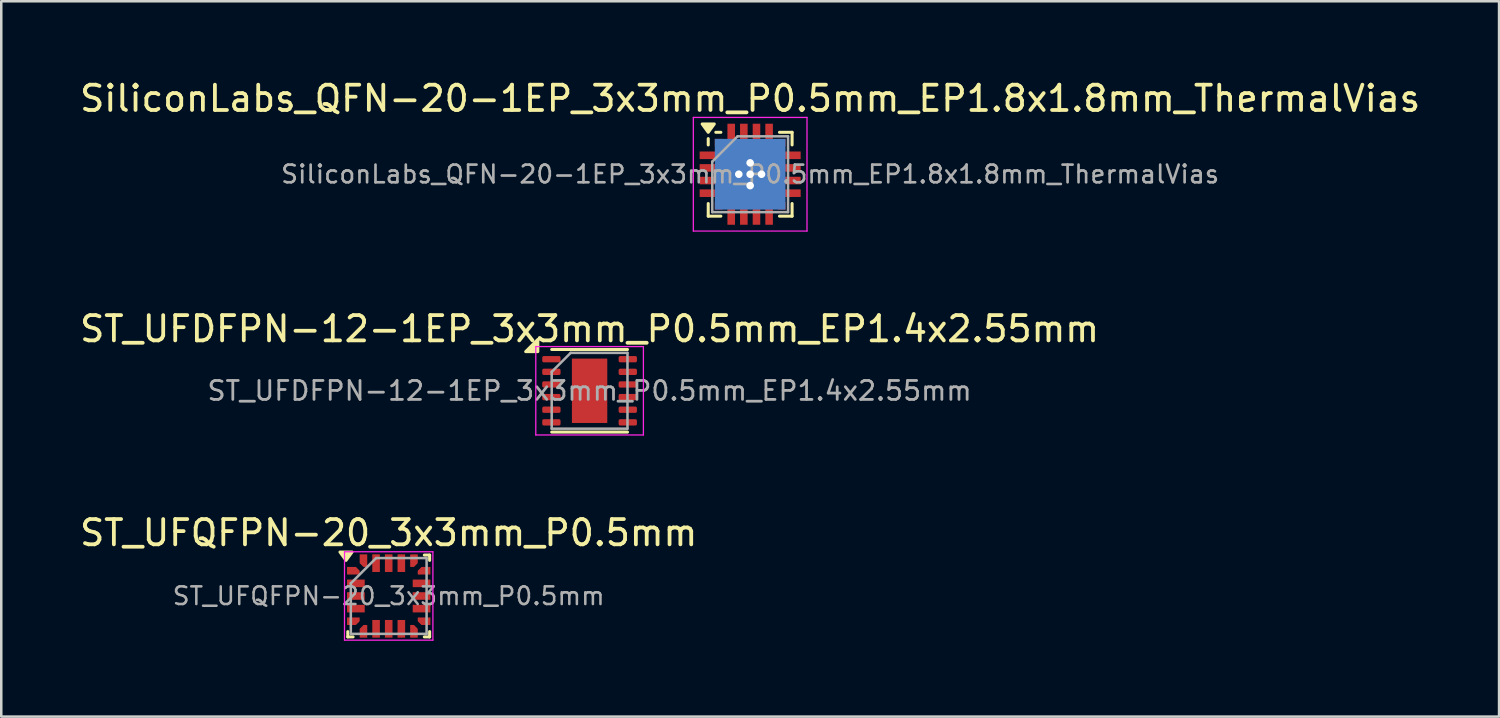
<source format=kicad_pcb>
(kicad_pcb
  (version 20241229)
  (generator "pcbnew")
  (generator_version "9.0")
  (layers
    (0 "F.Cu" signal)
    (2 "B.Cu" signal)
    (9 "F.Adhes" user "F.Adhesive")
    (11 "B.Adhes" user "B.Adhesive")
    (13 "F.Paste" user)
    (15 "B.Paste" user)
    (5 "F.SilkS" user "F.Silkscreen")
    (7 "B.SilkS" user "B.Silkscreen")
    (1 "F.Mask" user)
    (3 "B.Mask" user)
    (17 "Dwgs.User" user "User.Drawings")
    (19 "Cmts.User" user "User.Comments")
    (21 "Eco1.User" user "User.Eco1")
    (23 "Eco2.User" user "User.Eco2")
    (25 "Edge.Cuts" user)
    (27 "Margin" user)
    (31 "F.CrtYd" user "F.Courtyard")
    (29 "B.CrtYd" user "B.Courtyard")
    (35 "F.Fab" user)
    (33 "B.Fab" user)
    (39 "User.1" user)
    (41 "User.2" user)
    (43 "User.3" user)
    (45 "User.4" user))
  (footprint "SiliconLabs_QFN-20-1EP_3x3mm_P0.5mm_EP1.8x1.8mm_ThermalVias"
    (layer "F.Cu")
    (at 26.649 3.848)
    (property "Reference" "SiliconLabs_QFN-20-1EP_3x3mm_P0.5mm_EP1.8x1.8mm_ThermalVias" (at 0 -3 0) (layer "F.SilkS") (effects (font (size 1 1) (thickness 0.15))))
    (attr smd)
    (fp_line (start -1.66 -1.16) (end -1.66 -1.41) (stroke (width 0.12) (type solid)) (layer "F.SilkS"))
    (fp_line (start -1.66 1.66) (end -1.66 1.16) (stroke (width 0.12) (type solid)) (layer "F.SilkS"))
    (fp_line (start -1.16 -1.66) (end -1.36 -1.66) (stroke (width 0.12) (type solid)) (layer "F.SilkS"))
    (fp_line (start -1.16 1.66) (end -1.66 1.66) (stroke (width 0.12) (type solid)) (layer "F.SilkS"))
    (fp_line (start 1.16 -1.66) (end 1.66 -1.66) (stroke (width 0.12) (type solid)) (layer "F.SilkS"))
    (fp_line (start 1.16 1.66) (end 1.66 1.66) (stroke (width 0.12) (type solid)) (layer "F.SilkS"))
    (fp_line (start 1.66 -1.66) (end 1.66 -1.16) (stroke (width 0.12) (type solid)) (layer "F.SilkS"))
    (fp_line (start 1.66 1.66) (end 1.66 1.16) (stroke (width 0.12) (type solid)) (layer "F.SilkS"))
    (fp_poly (pts (xy -1.66 -1.66) (xy -1.9 -1.99) (xy -1.42 -1.99) (xy -1.66 -1.66)) (stroke (width 0.12) (type solid)) (fill yes) (layer "F.SilkS"))
    (fp_line (start -2.25 -2.25) (end -2.25 2.25) (stroke (width 0.05) (type solid)) (layer "F.CrtYd"))
    (fp_line (start -2.25 2.25) (end 2.25 2.25) (stroke (width 0.05) (type solid)) (layer "F.CrtYd"))
    (fp_line (start 2.25 -2.25) (end -2.25 -2.25) (stroke (width 0.05) (type solid)) (layer "F.CrtYd"))
    (fp_line (start 2.25 2.25) (end 2.25 -2.25) (stroke (width 0.05) (type solid)) (layer "F.CrtYd"))
    (fp_line (start -1.5 -0.5) (end -0.5 -1.5) (stroke (width 0.1) (type solid)) (layer "F.Fab"))
    (fp_line (start -1.5 1.5) (end -1.5 -0.5) (stroke (width 0.1) (type solid)) (layer "F.Fab"))
    (fp_line (start -0.5 -1.5) (end 1.5 -1.5) (stroke (width 0.1) (type solid)) (layer "F.Fab"))
    (fp_line (start 1.5 -1.5) (end 1.5 1.5) (stroke (width 0.1) (type solid)) (layer "F.Fab"))
    (fp_line (start 1.5 1.5) (end -1.5 1.5) (stroke (width 0.1) (type solid)) (layer "F.Fab"))
    (fp_text user "${REFERENCE}" (at 0 0 0) (layer "F.Fab") (effects (font (size 0.7 0.7) (thickness 0.105))))
    (pad "" smd rect (at -0.45 -0.45) (size 0.54 0.54) (layers "F.Paste"))
    (pad "" smd rect (at -0.45 0.45) (size 0.54 0.54) (layers "F.Paste"))
    (pad "" smd rect (at 0.45 -0.45) (size 0.54 0.54) (layers "F.Paste"))
    (pad "" smd rect (at 0.45 0.45) (size 0.54 0.54) (layers "F.Paste"))
    (pad "1" smd rect (at -1.25 -1.25) (size 0.3 0.3) (layers "F.Cu" "F.Mask" "F.Paste"))
    (pad "2" smd rect (at -1.55 -0.75) (size 0.9 0.3) (layers "F.Cu" "F.Mask" "F.Paste"))
    (pad "3" smd rect (at -1.55 -0.25) (size 0.9 0.3) (layers "F.Cu" "F.Mask" "F.Paste"))
    (pad "4" smd rect (at -1.55 0.25) (size 0.9 0.3) (layers "F.Cu" "F.Mask" "F.Paste"))
    (pad "5" smd rect (at -1.55 0.75) (size 0.9 0.3) (layers "F.Cu" "F.Mask" "F.Paste"))
    (pad "6" smd rect (at -1.25 1.25) (size 0.3 0.3) (layers "F.Cu" "F.Mask" "F.Paste"))
    (pad "7" smd rect (at -0.75 1.55 90) (size 0.9 0.3) (layers "F.Cu" "F.Mask" "F.Paste"))
    (pad "8" smd rect (at -0.25 1.55 90) (size 0.9 0.3) (layers "F.Cu" "F.Mask" "F.Paste"))
    (pad "9" smd rect (at 0.25 1.55 90) (size 0.9 0.3) (layers "F.Cu" "F.Mask" "F.Paste"))
    (pad "10" smd rect (at 0.75 1.55 90) (size 0.9 0.3) (layers "F.Cu" "F.Mask" "F.Paste"))
    (pad "11" smd rect (at 1.25 1.25) (size 0.3 0.3) (layers "F.Cu" "F.Mask" "F.Paste"))
    (pad "12" smd rect (at 1.55 0.75) (size 0.9 0.3) (layers "F.Cu" "F.Mask" "F.Paste"))
    (pad "13" smd rect (at 1.55 0.25) (size 0.9 0.3) (layers "F.Cu" "F.Mask" "F.Paste"))
    (pad "14" smd rect (at 1.55 -0.25) (size 0.9 0.3) (layers "F.Cu" "F.Mask" "F.Paste"))
    (pad "15" smd rect (at 1.55 -0.75) (size 0.9 0.3) (layers "F.Cu" "F.Mask" "F.Paste"))
    (pad "16" smd rect (at 1.25 -1.25) (size 0.3 0.3) (layers "F.Cu" "F.Mask" "F.Paste"))
    (pad "17" smd rect (at 0.75 -1.55 90) (size 0.9 0.3) (layers "F.Cu" "F.Mask" "F.Paste"))
    (pad "18" smd rect (at 0.25 -1.55 90) (size 0.9 0.3) (layers "F.Cu" "F.Mask" "F.Paste"))
    (pad "19" smd rect (at -0.25 -1.55 90) (size 0.9 0.3) (layers "F.Cu" "F.Mask" "F.Paste"))
    (pad "20" smd rect (at -0.75 -1.55 90) (size 0.9 0.3) (layers "F.Cu" "F.Mask" "F.Paste"))
    (pad "21" thru_hole circle (at -0.45 0) (size 0.6 0.6) (drill 0.3) (layers "*.Cu"))
    (pad "21" thru_hole circle (at 0 -0.45) (size 0.6 0.6) (drill 0.3) (layers "*.Cu"))
    (pad "21" thru_hole circle (at 0 0) (size 0.6 0.6) (drill 0.3) (layers "*.Cu"))
    (pad "21" smd rect (at 0 0) (size 1.8 1.8) (layers "F.Cu" "F.Mask"))
    (pad "21" smd rect (at 0 0) (size 2.8 2.8) (layers "B.Cu"))
    (pad "21" thru_hole circle (at 0 0.45) (size 0.6 0.6) (drill 0.3) (layers "*.Cu"))
    (pad "21" thru_hole circle (at 0.45 0) (size 0.6 0.6) (drill 0.3) (layers "*.Cu")))
  (footprint "ST_UFDFPN-12-1EP_3x3mm_P0.5mm_EP1.4x2.55mm"
    (layer "F.Cu")
    (at 20.292 12.421)
    (property "Reference" "ST_UFDFPN-12-1EP_3x3mm_P0.5mm_EP1.4x2.55mm" (at 0 -2.45 0) (layer "F.SilkS") (effects (font (size 1 1) (thickness 0.15))))
    (attr smd)
    (fp_line (start -1.5 -1.635) (end 1.5 -1.635) (stroke (width 0.12) (type solid)) (layer "F.SilkS"))
    (fp_line (start -1.5 1.635) (end 1.5 1.635) (stroke (width 0.12) (type solid)) (layer "F.SilkS"))
    (fp_poly (pts (xy -2.05 -1.55) (xy -2.53 -1.55) (xy -2.05 -2.03) (xy -2.05 -1.55)) (stroke (width 0.12) (type solid)) (fill yes) (layer "F.SilkS"))
    (fp_line (start -2.13 -1.75) (end -2.13 1.75) (stroke (width 0.05) (type solid)) (layer "F.CrtYd"))
    (fp_line (start -2.13 1.75) (end 2.13 1.75) (stroke (width 0.05) (type solid)) (layer "F.CrtYd"))
    (fp_line (start 2.13 -1.75) (end -2.13 -1.75) (stroke (width 0.05) (type solid)) (layer "F.CrtYd"))
    (fp_line (start 2.13 1.75) (end 2.13 -1.75) (stroke (width 0.05) (type solid)) (layer "F.CrtYd"))
    (fp_line (start -1.5 -0.75) (end -0.75 -1.5) (stroke (width 0.1) (type solid)) (layer "F.Fab"))
    (fp_line (start -1.5 1.5) (end -1.5 -0.75) (stroke (width 0.1) (type solid)) (layer "F.Fab"))
    (fp_line (start -0.75 -1.5) (end 1.5 -1.5) (stroke (width 0.1) (type solid)) (layer "F.Fab"))
    (fp_line (start 1.5 -1.5) (end 1.5 1.5) (stroke (width 0.1) (type solid)) (layer "F.Fab"))
    (fp_line (start 1.5 1.5) (end -1.5 1.5) (stroke (width 0.1) (type solid)) (layer "F.Fab"))
    (fp_text user "${REFERENCE}" (at 0 0 0) (layer "F.Fab") (effects (font (size 0.75 0.75) (thickness 0.11))))
    (pad "" smd roundrect (at 0 0) (size 1.13 2.06) (layers "F.Paste") (roundrect_rratio 0.221))
    (pad "1" smd roundrect (at -1.512 -1.25) (size 0.725 0.25) (layers "F.Cu" "F.Mask" "F.Paste") (roundrect_rratio 0.25))
    (pad "2" smd roundrect (at -1.512 -0.75) (size 0.725 0.25) (layers "F.Cu" "F.Mask" "F.Paste") (roundrect_rratio 0.25))
    (pad "3" smd roundrect (at -1.512 -0.25) (size 0.725 0.25) (layers "F.Cu" "F.Mask" "F.Paste") (roundrect_rratio 0.25))
    (pad "4" smd roundrect (at -1.512 0.25) (size 0.725 0.25) (layers "F.Cu" "F.Mask" "F.Paste") (roundrect_rratio 0.25))
    (pad "5" smd roundrect (at -1.512 0.75) (size 0.725 0.25) (layers "F.Cu" "F.Mask" "F.Paste") (roundrect_rratio 0.25))
    (pad "6" smd roundrect (at -1.512 1.25) (size 0.725 0.25) (layers "F.Cu" "F.Mask" "F.Paste") (roundrect_rratio 0.25))
    (pad "7" smd roundrect (at 1.512 1.25) (size 0.725 0.25) (layers "F.Cu" "F.Mask" "F.Paste") (roundrect_rratio 0.25))
    (pad "8" smd roundrect (at 1.512 0.75) (size 0.725 0.25) (layers "F.Cu" "F.Mask" "F.Paste") (roundrect_rratio 0.25))
    (pad "9" smd roundrect (at 1.512 0.25) (size 0.725 0.25) (layers "F.Cu" "F.Mask" "F.Paste") (roundrect_rratio 0.25))
    (pad "10" smd roundrect (at 1.512 -0.25) (size 0.725 0.25) (layers "F.Cu" "F.Mask" "F.Paste") (roundrect_rratio 0.25))
    (pad "11" smd roundrect (at 1.512 -0.75) (size 0.725 0.25) (layers "F.Cu" "F.Mask" "F.Paste") (roundrect_rratio 0.25))
    (pad "12" smd roundrect (at 1.512 -1.25) (size 0.725 0.25) (layers "F.Cu" "F.Mask" "F.Paste") (roundrect_rratio 0.25))
    (pad "13" smd rect (at 0 0) (size 1.4 2.55) (property pad_prop_heatsink) (layers "F.Cu" "F.Mask")))
  (footprint "ST_UFQFPN-20_3x3mm_P0.5mm"
    (layer "F.Cu")
    (at 12.339 20.545)
    (property "Reference" "ST_UFQFPN-20_3x3mm_P0.5mm" (at 0 -2.5 0) (layer "F.SilkS") (effects (font (size 1 1) (thickness 0.15))))
    (attr smd)
    (fp_line (start -1.62 1.62) (end -1.62 1.41) (stroke (width 0.12) (type solid)) (layer "F.SilkS"))
    (fp_line (start -1.62 1.62) (end -1.41 1.62) (stroke (width 0.12) (type solid)) (layer "F.SilkS"))
    (fp_line (start 1.62 -1.62) (end 1.41 -1.62) (stroke (width 0.12) (type solid)) (layer "F.SilkS"))
    (fp_line (start 1.62 -1.62) (end 1.62 -1.41) (stroke (width 0.12) (type solid)) (layer "F.SilkS"))
    (fp_line (start 1.62 1.62) (end 1.41 1.62) (stroke (width 0.12) (type solid)) (layer "F.SilkS"))
    (fp_line (start 1.62 1.62) (end 1.62 1.41) (stroke (width 0.12) (type solid)) (layer "F.SilkS"))
    (fp_poly (pts (xy -1.69 -1.41) (xy -1.93 -1.74) (xy -1.45 -1.74) (xy -1.69 -1.41)) (stroke (width 0.12) (type solid)) (fill yes) (layer "F.SilkS"))
    (fp_line (start -1.75 -1.75) (end 1.75 -1.75) (stroke (width 0.05) (type solid)) (layer "F.CrtYd"))
    (fp_line (start -1.75 1.75) (end -1.75 -1.75) (stroke (width 0.05) (type solid)) (layer "F.CrtYd"))
    (fp_line (start 1.75 -1.75) (end 1.75 1.75) (stroke (width 0.05) (type solid)) (layer "F.CrtYd"))
    (fp_line (start 1.75 1.75) (end -1.75 1.75) (stroke (width 0.05) (type solid)) (layer "F.CrtYd"))
    (fp_line (start -1.5 -0.5) (end -0.5 -1.5) (stroke (width 0.1) (type solid)) (layer "F.Fab"))
    (fp_line (start -1.5 1.5) (end -1.5 -0.5) (stroke (width 0.1) (type solid)) (layer "F.Fab"))
    (fp_line (start -0.5 -1.5) (end 1.5 -1.5) (stroke (width 0.1) (type solid)) (layer "F.Fab"))
    (fp_line (start 1.5 -1.5) (end 1.5 1.5) (stroke (width 0.1) (type solid)) (layer "F.Fab"))
    (fp_line (start 1.5 1.5) (end -1.5 1.5) (stroke (width 0.1) (type solid)) (layer "F.Fab"))
    (fp_text user "${REFERENCE}" (at 0 0 0) (layer "F.Fab") (effects (font (size 0.7 0.7) (thickness 0.1))))
    (pad "1" smd custom (at -1.475 -1) (size 0.35 0.3) (layers "F.Cu" "F.Mask" "F.Paste") (options (anchor rect)) (primitives (gr_poly (pts (xy 0.325 0) (xy 0.325 0.15) (xy 0.175 0.15) (xy 0.175 -0.15)) (width 0) (fill yes))))
    (pad "2" smd rect (at -1.3 -0.5) (size 0.7 0.3) (layers "F.Cu" "F.Mask" "F.Paste"))
    (pad "3" smd rect (at -1.3 0) (size 0.7 0.3) (layers "F.Cu" "F.Mask" "F.Paste"))
    (pad "4" smd rect (at -1.3 0.5) (size 0.7 0.3) (layers "F.Cu" "F.Mask" "F.Paste"))
    (pad "5" smd custom (at -1.475 1) (size 0.35 0.3) (layers "F.Cu" "F.Mask" "F.Paste") (options (anchor rect)) (primitives (gr_poly (pts (xy 0.325 0) (xy 0.175 0.15) (xy 0.175 -0.15) (xy 0.325 -0.15)) (width 0) (fill yes))))
    (pad "6" smd custom (at -1 1.475) (size 0.3 0.35) (layers "F.Cu" "F.Mask" "F.Paste") (options (anchor rect)) (primitives (gr_poly (pts (xy 0.15 -0.175) (xy -0.15 -0.175) (xy 0 -0.325) (xy 0.15 -0.325)) (width 0) (fill yes))))
    (pad "7" smd rect (at -0.5 1.3) (size 0.3 0.7) (layers "F.Cu" "F.Mask" "F.Paste"))
    (pad "8" smd rect (at 0 1.3) (size 0.3 0.7) (layers "F.Cu" "F.Mask" "F.Paste"))
    (pad "9" smd rect (at 0.5 1.3) (size 0.3 0.7) (layers "F.Cu" "F.Mask" "F.Paste"))
    (pad "10" smd custom (at 1 1.475) (size 0.3 0.35) (layers "F.Cu" "F.Mask" "F.Paste") (options (anchor rect)) (primitives (gr_poly (pts (xy 0.15 -0.175) (xy -0.15 -0.175) (xy -0.15 -0.325) (xy 0 -0.325)) (width 0) (fill yes))))
    (pad "11" smd custom (at 1.475 1) (size 0.35 0.3) (layers "F.Cu" "F.Mask" "F.Paste") (options (anchor rect)) (primitives (gr_poly (pts (xy -0.175 0.15) (xy -0.325 0) (xy -0.325 -0.15) (xy -0.175 -0.15)) (width 0) (fill yes))))
    (pad "12" smd rect (at 1.3 0.5) (size 0.7 0.3) (layers "F.Cu" "F.Mask" "F.Paste"))
    (pad "13" smd rect (at 1.3 0) (size 0.7 0.3) (layers "F.Cu" "F.Mask" "F.Paste"))
    (pad "14" smd rect (at 1.3 -0.5) (size 0.7 0.3) (layers "F.Cu" "F.Mask" "F.Paste"))
    (pad "15" smd custom (at 1.475 -1) (size 0.35 0.3) (layers "F.Cu" "F.Mask" "F.Paste") (options (anchor rect)) (primitives (gr_poly (pts (xy -0.175 0.15) (xy -0.325 0.15) (xy -0.325 0) (xy -0.175 -0.15)) (width 0) (fill yes))))
    (pad "16" smd custom (at 1 -1.475) (size 0.3 0.35) (layers "F.Cu" "F.Mask" "F.Paste") (options (anchor rect)) (primitives (gr_poly (pts (xy 0 0.325) (xy -0.15 0.325) (xy -0.15 0.175) (xy 0.15 0.175)) (width 0) (fill yes))))
    (pad "17" smd rect (at 0.5 -1.3) (size 0.3 0.7) (layers "F.Cu" "F.Mask" "F.Paste"))
    (pad "18" smd rect (at 0 -1.3) (size 0.3 0.7) (layers "F.Cu" "F.Mask" "F.Paste"))
    (pad "19" smd rect (at -0.5 -1.3) (size 0.3 0.7) (layers "F.Cu" "F.Mask" "F.Paste"))
    (pad "20" smd custom (at -1 -1.475) (size 0.3 0.35) (layers "F.Cu" "F.Mask" "F.Paste") (options (anchor rect)) (primitives (gr_poly (pts (xy 0.15 0.325) (xy 0 0.325) (xy -0.15 0.175) (xy 0.15 0.175)) (width 0) (fill yes)))))
  (gr_rect
    (start -3 -3)
    (end 56.298 25.32)
    (stroke (width 0.1) (type default))
    (fill no)
    (layer "Edge.Cuts")))
</source>
